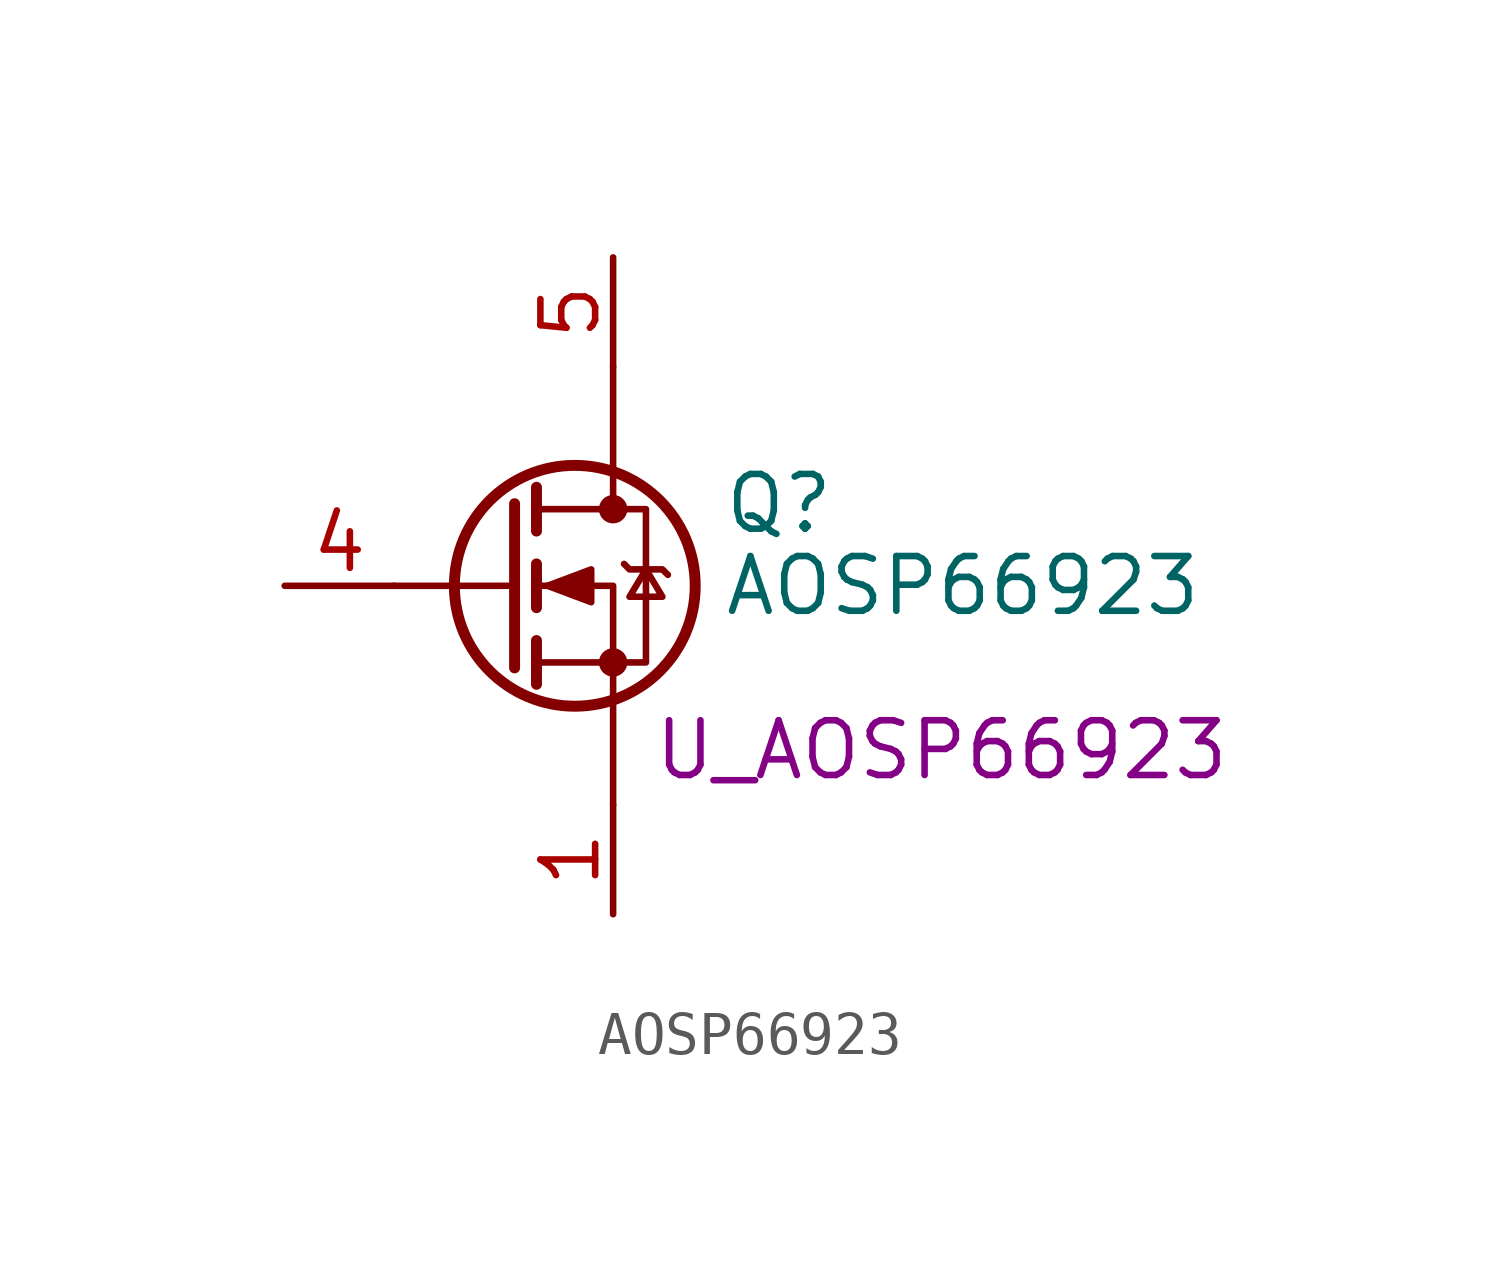
<source format=kicad_sym>
(kicad_symbol_lib
  (version 20220914)
  (generator kicad_symbol_editor)
  (symbol "AOSP66923"
    (pin_names hide)
    (property "Reference" "Q"
      (at 5.08 1.905 0)
      (effects (font (size 1.27 1.27)) (justify left)))
    (property "Value" "AOSP66923"
      (at 5.08 0 0)
      (effects (font (size 1.27 1.27)) (justify left)))
    (property "Part Name" "U_AOSP66923"
      (at 10.16 -3.81 0)
      (effects (font (size 1.27 1.27))))
    (symbol "AOSP66923_0_1"
      (polyline (pts (xy 0.254 0) (xy -2.54 0)) (stroke (width 0) (type default)) (fill (type none)))
      (polyline (pts (xy 0.254 1.905) (xy 0.254 -1.905)) (stroke (width 0.254) (type default)) (fill (type none)))
      (polyline (pts (xy 0.762 -1.27) (xy 0.762 -2.286)) (stroke (width 0.254) (type default)) (fill (type none)))
      (polyline (pts (xy 0.762 0.508) (xy 0.762 -0.508)) (stroke (width 0.254) (type default)) (fill (type none)))
      (polyline (pts (xy 0.762 2.286) (xy 0.762 1.27)) (stroke (width 0.254) (type default)) (fill (type none)))
      (polyline (pts (xy 2.54 -5.08) (xy 2.54 -2.54)) (stroke (width 0) (type default)) (fill (type none)))
      (polyline (pts (xy 2.54 2.54) (xy 2.54 1.778)) (stroke (width 0) (type default)) (fill (type none)))
      (polyline (pts (xy 2.54 5.08) (xy 2.54 2.54)) (stroke (width 0) (type default)) (fill (type none)))
      (polyline (pts (xy 2.54 -2.54) (xy 2.54 0) (xy 0.762 0)) (stroke (width 0) (type default)) (fill (type none)))
      (polyline (pts (xy 0.762 -1.778) (xy 3.302 -1.778) (xy 3.302 1.778) (xy 0.762 1.778)) (stroke (width 0) (type default)) (fill (type none)))
      (polyline (pts (xy 1.016 0) (xy 2.032 0.381) (xy 2.032 -0.381) (xy 1.016 0)) (stroke (width 0) (type default)) (fill (type outline)))
      (polyline (pts (xy 2.794 0.508) (xy 2.921 0.381) (xy 3.683 0.381) (xy 3.81 0.254)) (stroke (width 0) (type default)) (fill (type none)))
      (polyline (pts (xy 3.302 0.381) (xy 2.921 -0.254) (xy 3.683 -0.254) (xy 3.302 0.381)) (stroke (width 0) (type default)) (fill (type none)))
      (circle (center 1.651 0) (radius 2.794) (stroke (width 0.254) (type default)) (fill (type none)))
      (circle (center 2.54 -1.778) (radius 0.254) (stroke (width 0) (type default)) (fill (type outline)))
      (circle (center 2.54 1.778) (radius 0.254) (stroke (width 0) (type default)) (fill (type outline))))
    (symbol "AOSP66923_1_0"
      (pin passive line (at 2.54 -7.62 90) (length 2.54) hide (name "S" (effects (font (size 1.27 1.27)))) (number "2" (effects (font (size 1.27 1.27)))))
      (pin passive line (at 2.54 -7.62 90) (length 2.54) hide (name "S" (effects (font (size 1.27 1.27)))) (number "3" (effects (font (size 1.27 1.27)))))
      (pin passive line (at 2.54 7.62 270) (length 2.54) hide (name "D" (effects (font (size 1.27 1.27)))) (number "6" (effects (font (size 1.27 1.27)))))
      (pin passive line (at 2.54 7.62 270) (length 2.54) hide (name "D" (effects (font (size 1.27 1.27)))) (number "7" (effects (font (size 1.27 1.27)))))
      (pin passive line (at 2.54 7.62 270) (length 2.54) hide (name "D" (effects (font (size 1.27 1.27)))) (number "8" (effects (font (size 1.27 1.27))))))
    (symbol "AOSP66923_1_1"
      (pin passive line (at 2.54 -7.62 90) (length 2.54) (name "S" (effects (font (size 1.27 1.27)))) (number "1" (effects (font (size 1.27 1.27)))))
      (pin input line (at -5.08 0 0) (length 2.54) (name "G" (effects (font (size 1.27 1.27)))) (number "4" (effects (font (size 1.27 1.27)))))
      (pin passive line (at 2.54 7.62 270) (length 2.54) (name "D" (effects (font (size 1.27 1.27)))) (number "5" (effects (font (size 1.27 1.27))))))))
</source>
